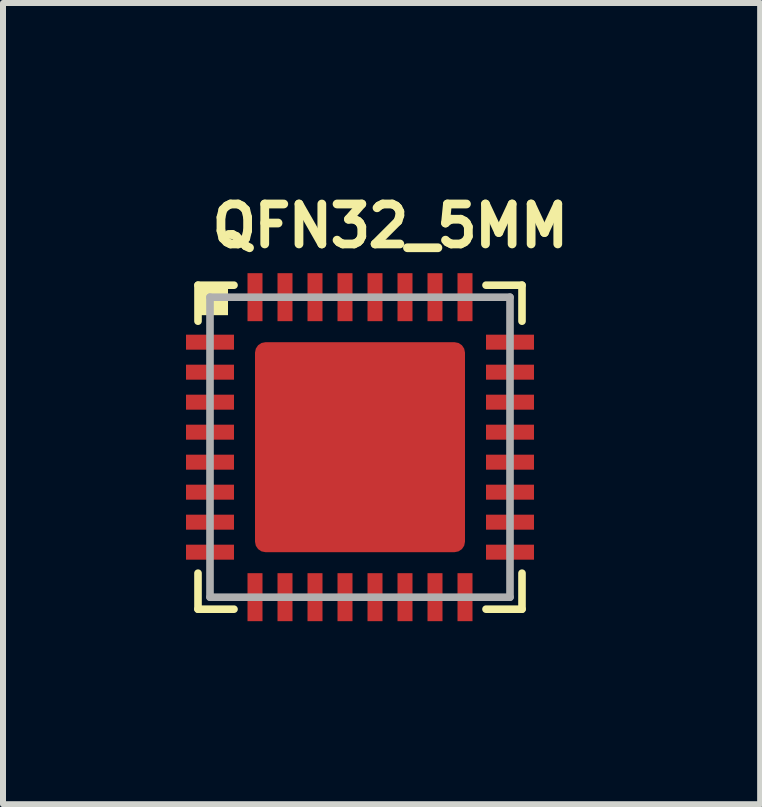
<source format=kicad_pcb>
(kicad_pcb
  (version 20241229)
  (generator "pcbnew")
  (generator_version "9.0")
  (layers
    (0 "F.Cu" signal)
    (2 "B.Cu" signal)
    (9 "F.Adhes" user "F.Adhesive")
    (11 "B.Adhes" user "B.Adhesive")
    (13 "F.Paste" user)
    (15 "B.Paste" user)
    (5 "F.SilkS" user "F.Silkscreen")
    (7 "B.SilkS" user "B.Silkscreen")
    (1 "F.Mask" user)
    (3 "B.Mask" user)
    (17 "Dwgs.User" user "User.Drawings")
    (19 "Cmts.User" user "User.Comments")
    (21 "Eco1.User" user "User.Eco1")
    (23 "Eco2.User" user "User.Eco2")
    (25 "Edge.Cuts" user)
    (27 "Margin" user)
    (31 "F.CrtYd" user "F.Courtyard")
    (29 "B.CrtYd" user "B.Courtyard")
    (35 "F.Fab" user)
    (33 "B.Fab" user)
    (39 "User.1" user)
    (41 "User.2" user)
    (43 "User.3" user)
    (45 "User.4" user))
  (footprint "QFN32_5MM"
    (layer "F.Cu")
    (at 2.95 4.403)
    (property "Reference" "QFN32_5MM" (at -2.54 -3.298 0) (layer "F.SilkS") (effects (font (size 0.666 0.666) (thickness 0.146)) (justify left bottom)))
    (fp_poly (pts (xy -2.95 -1.575) (xy -2.05 -1.575) (xy -2.05 -1.925) (xy -2.95 -1.925)) (stroke (width 0) (type solid)) (fill yes) (layer "F.Mask"))
    (fp_poly (pts (xy -2.95 -1.075) (xy -2.05 -1.075) (xy -2.05 -1.425) (xy -2.95 -1.425)) (stroke (width 0) (type solid)) (fill yes) (layer "F.Mask"))
    (fp_poly (pts (xy -2.95 -0.575) (xy -2.05 -0.575) (xy -2.05 -0.925) (xy -2.95 -0.925)) (stroke (width 0) (type solid)) (fill yes) (layer "F.Mask"))
    (fp_poly (pts (xy -2.95 -0.075) (xy -2.05 -0.075) (xy -2.05 -0.425) (xy -2.95 -0.425)) (stroke (width 0) (type solid)) (fill yes) (layer "F.Mask"))
    (fp_poly (pts (xy -2.95 0.425) (xy -2.05 0.425) (xy -2.05 0.075) (xy -2.95 0.075)) (stroke (width 0) (type solid)) (fill yes) (layer "F.Mask"))
    (fp_poly (pts (xy -2.95 0.925) (xy -2.05 0.925) (xy -2.05 0.575) (xy -2.95 0.575)) (stroke (width 0) (type solid)) (fill yes) (layer "F.Mask"))
    (fp_poly (pts (xy -2.95 1.425) (xy -2.05 1.425) (xy -2.05 1.075) (xy -2.95 1.075)) (stroke (width 0) (type solid)) (fill yes) (layer "F.Mask"))
    (fp_poly (pts (xy -2.95 1.925) (xy -2.05 1.925) (xy -2.05 1.575) (xy -2.95 1.575)) (stroke (width 0) (type solid)) (fill yes) (layer "F.Mask"))
    (fp_poly (pts (xy -1.925 -2.95) (xy -1.925 -2.05) (xy -1.575 -2.05) (xy -1.575 -2.95)) (stroke (width 0) (type solid)) (fill yes) (layer "F.Mask"))
    (fp_poly (pts (xy -1.575 2.95) (xy -1.575 2.05) (xy -1.925 2.05) (xy -1.925 2.95)) (stroke (width 0) (type solid)) (fill yes) (layer "F.Mask"))
    (fp_poly (pts (xy -1.425 -2.95) (xy -1.425 -2.05) (xy -1.075 -2.05) (xy -1.075 -2.95)) (stroke (width 0) (type solid)) (fill yes) (layer "F.Mask"))
    (fp_poly (pts (xy -1.075 2.95) (xy -1.075 2.05) (xy -1.425 2.05) (xy -1.425 2.95)) (stroke (width 0) (type solid)) (fill yes) (layer "F.Mask"))
    (fp_poly (pts (xy -0.925 -2.95) (xy -0.925 -2.05) (xy -0.575 -2.05) (xy -0.575 -2.95)) (stroke (width 0) (type solid)) (fill yes) (layer "F.Mask"))
    (fp_poly (pts (xy -0.575 2.95) (xy -0.575 2.05) (xy -0.925 2.05) (xy -0.925 2.95)) (stroke (width 0) (type solid)) (fill yes) (layer "F.Mask"))
    (fp_poly (pts (xy -0.425 -2.95) (xy -0.425 -2.05) (xy -0.075 -2.05) (xy -0.075 -2.95)) (stroke (width 0) (type solid)) (fill yes) (layer "F.Mask"))
    (fp_poly (pts (xy -0.075 2.95) (xy -0.075 2.05) (xy -0.425 2.05) (xy -0.425 2.95)) (stroke (width 0) (type solid)) (fill yes) (layer "F.Mask"))
    (fp_poly (pts (xy 0.075 -2.95) (xy 0.075 -2.05) (xy 0.425 -2.05) (xy 0.425 -2.95)) (stroke (width 0) (type solid)) (fill yes) (layer "F.Mask"))
    (fp_poly (pts (xy 0.425 2.95) (xy 0.425 2.05) (xy 0.075 2.05) (xy 0.075 2.95)) (stroke (width 0) (type solid)) (fill yes) (layer "F.Mask"))
    (fp_poly (pts (xy 0.575 -2.95) (xy 0.575 -2.05) (xy 0.925 -2.05) (xy 0.925 -2.95)) (stroke (width 0) (type solid)) (fill yes) (layer "F.Mask"))
    (fp_poly (pts (xy 0.925 2.95) (xy 0.925 2.05) (xy 0.575 2.05) (xy 0.575 2.95)) (stroke (width 0) (type solid)) (fill yes) (layer "F.Mask"))
    (fp_poly (pts (xy 1.075 -2.95) (xy 1.075 -2.05) (xy 1.425 -2.05) (xy 1.425 -2.95)) (stroke (width 0) (type solid)) (fill yes) (layer "F.Mask"))
    (fp_poly (pts (xy 1.425 2.95) (xy 1.425 2.05) (xy 1.075 2.05) (xy 1.075 2.95)) (stroke (width 0) (type solid)) (fill yes) (layer "F.Mask"))
    (fp_poly (pts (xy 1.575 -2.95) (xy 1.575 -2.05) (xy 1.925 -2.05) (xy 1.925 -2.95)) (stroke (width 0) (type solid)) (fill yes) (layer "F.Mask"))
    (fp_poly (pts (xy 1.925 2.95) (xy 1.925 2.05) (xy 1.575 2.05) (xy 1.575 2.95)) (stroke (width 0) (type solid)) (fill yes) (layer "F.Mask"))
    (fp_poly (pts (xy 2.95 -1.925) (xy 2.05 -1.925) (xy 2.05 -1.575) (xy 2.95 -1.575)) (stroke (width 0) (type solid)) (fill yes) (layer "F.Mask"))
    (fp_poly (pts (xy 2.95 -1.425) (xy 2.05 -1.425) (xy 2.05 -1.075) (xy 2.95 -1.075)) (stroke (width 0) (type solid)) (fill yes) (layer "F.Mask"))
    (fp_poly (pts (xy 2.95 -0.925) (xy 2.05 -0.925) (xy 2.05 -0.575) (xy 2.95 -0.575)) (stroke (width 0) (type solid)) (fill yes) (layer "F.Mask"))
    (fp_poly (pts (xy 2.95 -0.425) (xy 2.05 -0.425) (xy 2.05 -0.075) (xy 2.95 -0.075)) (stroke (width 0) (type solid)) (fill yes) (layer "F.Mask"))
    (fp_poly (pts (xy 2.95 0.075) (xy 2.05 0.075) (xy 2.05 0.425) (xy 2.95 0.425)) (stroke (width 0) (type solid)) (fill yes) (layer "F.Mask"))
    (fp_poly (pts (xy 2.95 0.575) (xy 2.05 0.575) (xy 2.05 0.925) (xy 2.95 0.925)) (stroke (width 0) (type solid)) (fill yes) (layer "F.Mask"))
    (fp_poly (pts (xy 2.95 1.075) (xy 2.05 1.075) (xy 2.05 1.425) (xy 2.95 1.425)) (stroke (width 0) (type solid)) (fill yes) (layer "F.Mask"))
    (fp_poly (pts (xy 2.95 1.575) (xy 2.05 1.575) (xy 2.05 1.925) (xy 2.95 1.925)) (stroke (width 0) (type solid)) (fill yes) (layer "F.Mask"))
    (fp_line (start -2.7 -2.7) (end -2.7 -2.1) (stroke (width 0.127) (type solid)) (layer "F.SilkS"))
    (fp_line (start -2.7 2.1) (end -2.7 2.7) (stroke (width 0.127) (type solid)) (layer "F.SilkS"))
    (fp_line (start -2.7 2.7) (end -2.1 2.7) (stroke (width 0.127) (type solid)) (layer "F.SilkS"))
    (fp_line (start -2.1 -2.7) (end -2.7 -2.7) (stroke (width 0.127) (type solid)) (layer "F.SilkS"))
    (fp_line (start 2.1 -2.7) (end 2.7 -2.7) (stroke (width 0.127) (type solid)) (layer "F.SilkS"))
    (fp_line (start 2.7 -2.7) (end 2.7 -2.1) (stroke (width 0.127) (type solid)) (layer "F.SilkS"))
    (fp_line (start 2.7 2.1) (end 2.7 2.7) (stroke (width 0.127) (type solid)) (layer "F.SilkS"))
    (fp_line (start 2.7 2.7) (end 2.1 2.7) (stroke (width 0.127) (type solid)) (layer "F.SilkS"))
    (fp_poly (pts (xy -2.7 -2.2) (xy -2.2 -2.2) (xy -2.2 -2.7) (xy -2.7 -2.7)) (stroke (width 0) (type solid)) (fill yes) (layer "F.SilkS"))
    (fp_poly (pts (xy -1.397 -0.254) (xy -0.254 -0.254) (xy -0.254 -1.397) (xy -1.397 -1.397)) (stroke (width 0) (type solid)) (fill yes) (layer "F.Paste"))
    (fp_poly (pts (xy -1.397 1.397) (xy -0.254 1.397) (xy -0.254 0.254) (xy -1.397 0.254)) (stroke (width 0) (type solid)) (fill yes) (layer "F.Paste"))
    (fp_poly (pts (xy 0.254 -0.254) (xy 1.397 -0.254) (xy 1.397 -1.397) (xy 0.254 -1.397)) (stroke (width 0) (type solid)) (fill yes) (layer "F.Paste"))
    (fp_poly (pts (xy 0.254 1.397) (xy 1.397 1.397) (xy 1.397 0.254) (xy 0.254 0.254)) (stroke (width 0) (type solid)) (fill yes) (layer "F.Paste"))
    (fp_line (start -2.5 -2.5) (end 2.5 -2.5) (stroke (width 0.127) (type solid)) (layer "F.Fab"))
    (fp_line (start -2.5 2.5) (end -2.5 -2.5) (stroke (width 0.127) (type solid)) (layer "F.Fab"))
    (fp_line (start 2.5 -2.5) (end 2.5 2.5) (stroke (width 0.127) (type solid)) (layer "F.Fab"))
    (fp_line (start 2.5 2.5) (end -2.5 2.5) (stroke (width 0.127) (type solid)) (layer "F.Fab"))
    (pad "1" smd rect (at -2.5 -1.75 90) (size 0.25 0.8) (layers "F.Cu" "F.Paste"))
    (pad "2" smd rect (at -2.5 -1.25 90) (size 0.25 0.8) (layers "F.Cu" "F.Paste"))
    (pad "3" smd rect (at -2.5 -0.75 90) (size 0.25 0.8) (layers "F.Cu" "F.Paste"))
    (pad "4" smd rect (at -2.5 -0.25 90) (size 0.25 0.8) (layers "F.Cu" "F.Paste"))
    (pad "5" smd rect (at -2.5 0.25 90) (size 0.25 0.8) (layers "F.Cu" "F.Paste"))
    (pad "6" smd rect (at -2.5 0.75 90) (size 0.25 0.8) (layers "F.Cu" "F.Paste"))
    (pad "7" smd rect (at -2.5 1.25 90) (size 0.25 0.8) (layers "F.Cu" "F.Paste"))
    (pad "8" smd rect (at -2.5 1.75 90) (size 0.25 0.8) (layers "F.Cu" "F.Paste"))
    (pad "9" smd rect (at -1.75 2.5 180) (size 0.25 0.8) (layers "F.Cu" "F.Paste"))
    (pad "10" smd rect (at -1.25 2.5 180) (size 0.25 0.8) (layers "F.Cu" "F.Paste"))
    (pad "11" smd rect (at -0.75 2.5 180) (size 0.25 0.8) (layers "F.Cu" "F.Paste"))
    (pad "12" smd rect (at -0.25 2.5 180) (size 0.25 0.8) (layers "F.Cu" "F.Paste"))
    (pad "13" smd rect (at 0.25 2.5 180) (size 0.25 0.8) (layers "F.Cu" "F.Paste"))
    (pad "14" smd rect (at 0.75 2.5 180) (size 0.25 0.8) (layers "F.Cu" "F.Paste"))
    (pad "15" smd rect (at 1.25 2.5 180) (size 0.25 0.8) (layers "F.Cu" "F.Paste"))
    (pad "16" smd rect (at 1.75 2.5 180) (size 0.25 0.8) (layers "F.Cu" "F.Paste"))
    (pad "17" smd rect (at 2.5 1.75 270) (size 0.25 0.8) (layers "F.Cu" "F.Paste"))
    (pad "18" smd rect (at 2.5 1.25 270) (size 0.25 0.8) (layers "F.Cu" "F.Paste"))
    (pad "19" smd rect (at 2.5 0.75 270) (size 0.25 0.8) (layers "F.Cu" "F.Paste"))
    (pad "20" smd rect (at 2.5 0.25 270) (size 0.25 0.8) (layers "F.Cu" "F.Paste"))
    (pad "21" smd rect (at 2.5 -0.25 270) (size 0.25 0.8) (layers "F.Cu" "F.Paste"))
    (pad "22" smd rect (at 2.5 -0.75 270) (size 0.25 0.8) (layers "F.Cu" "F.Paste"))
    (pad "23" smd rect (at 2.5 -1.25 270) (size 0.25 0.8) (layers "F.Cu" "F.Paste"))
    (pad "24" smd rect (at 2.5 -1.75 270) (size 0.25 0.8) (layers "F.Cu" "F.Paste"))
    (pad "25" smd rect (at 1.75 -2.5) (size 0.25 0.8) (layers "F.Cu" "F.Paste"))
    (pad "26" smd rect (at 1.25 -2.5) (size 0.25 0.8) (layers "F.Cu" "F.Paste"))
    (pad "27" smd rect (at 0.75 -2.5) (size 0.25 0.8) (layers "F.Cu" "F.Paste"))
    (pad "28" smd rect (at 0.25 -2.5) (size 0.25 0.8) (layers "F.Cu" "F.Paste"))
    (pad "29" smd rect (at -0.25 -2.5) (size 0.25 0.8) (layers "F.Cu" "F.Paste"))
    (pad "30" smd rect (at -0.75 -2.5) (size 0.25 0.8) (layers "F.Cu" "F.Paste"))
    (pad "31" smd rect (at -1.25 -2.5) (size 0.25 0.8) (layers "F.Cu" "F.Paste"))
    (pad "32" smd rect (at -1.75 -2.5) (size 0.25 0.8) (layers "F.Cu" "F.Paste"))
    (pad "33" smd roundrect (at 0 0) (size 3.5 3.5) (layers "F.Cu" "F.Mask") (roundrect_rratio 0.05)))
  (gr_rect
    (start -3 -3)
    (end 9.619 10.353)
    (stroke (width 0.1) (type default))
    (fill no)
    (layer "Edge.Cuts")))
</source>
